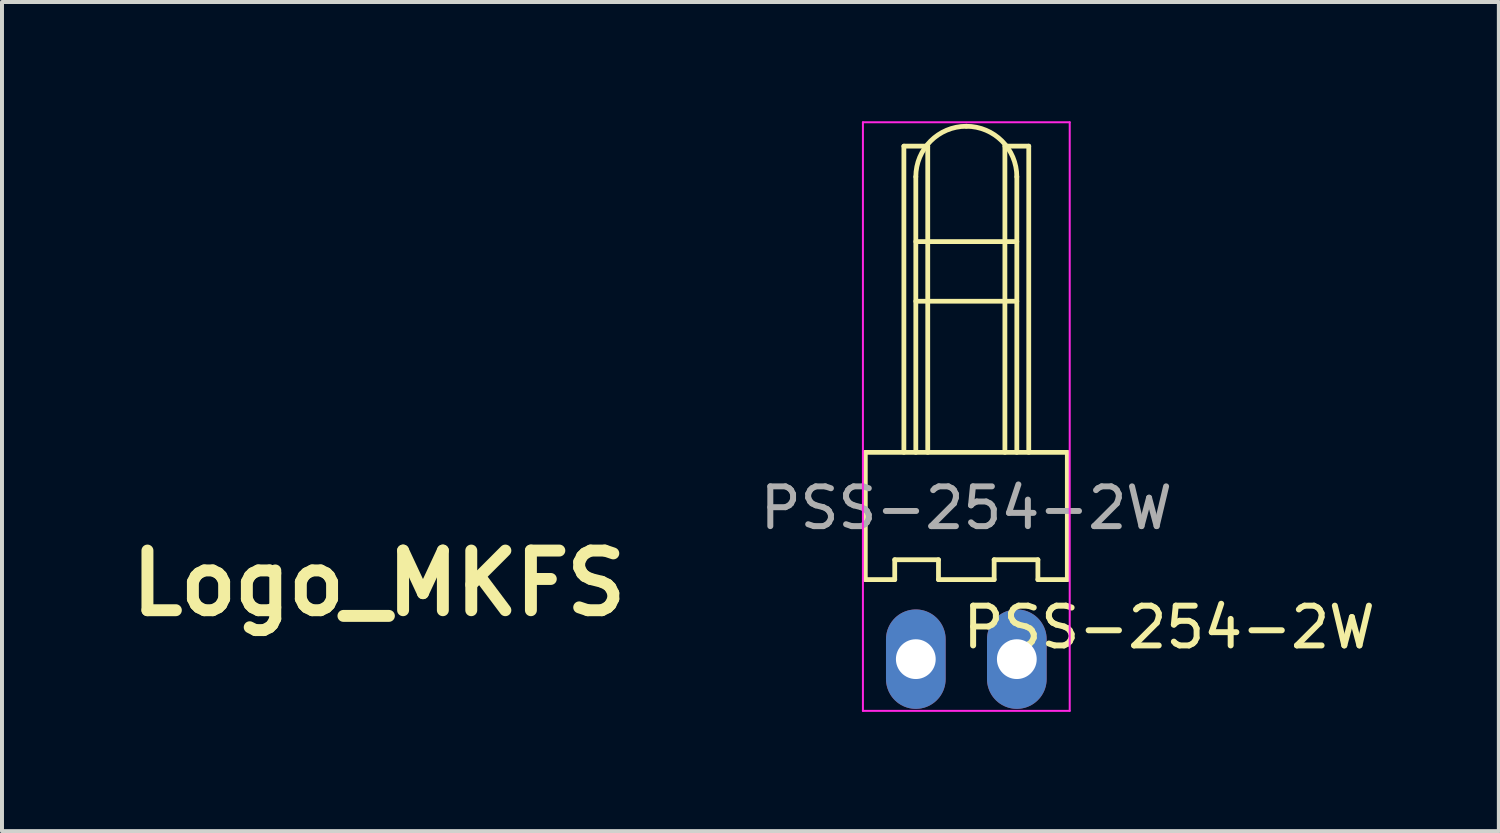
<source format=kicad_pcb>
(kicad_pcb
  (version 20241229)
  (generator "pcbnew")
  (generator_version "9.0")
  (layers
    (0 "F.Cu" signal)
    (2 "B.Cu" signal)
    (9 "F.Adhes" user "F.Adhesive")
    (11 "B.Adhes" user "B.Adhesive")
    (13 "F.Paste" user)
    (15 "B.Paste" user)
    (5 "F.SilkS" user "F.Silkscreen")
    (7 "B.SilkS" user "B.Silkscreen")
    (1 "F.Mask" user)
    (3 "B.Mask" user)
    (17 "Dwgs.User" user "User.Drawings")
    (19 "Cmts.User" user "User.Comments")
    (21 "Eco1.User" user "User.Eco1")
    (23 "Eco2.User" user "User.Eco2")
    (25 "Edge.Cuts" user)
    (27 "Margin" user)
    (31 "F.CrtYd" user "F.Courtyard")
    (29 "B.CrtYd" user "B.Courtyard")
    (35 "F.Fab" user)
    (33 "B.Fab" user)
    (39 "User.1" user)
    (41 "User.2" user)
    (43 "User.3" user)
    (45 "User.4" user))
  (footprint "PSS-254-2W"
    (layer "F.Cu")
    (at 21.249 13.525)
    (property "Reference" "PSS-254-2W" (at 5.1 -0.8 0) (unlocked yes) (layer "F.SilkS") (effects (font (size 1 1) (thickness 0.15))))
    (attr through_hole)
    (fp_line (start -2.54 -5.2) (end 2.54 -5.2) (stroke (width 0.12) (type solid)) (layer "F.SilkS"))
    (fp_line (start -2.54 -2) (end -2.54 -5.2) (stroke (width 0.12) (type solid)) (layer "F.SilkS"))
    (fp_line (start -1.8 -2.5) (end -1.8 -2) (stroke (width 0.12) (type solid)) (layer "F.SilkS"))
    (fp_line (start -1.8 -2) (end -2.54 -2) (stroke (width 0.12) (type solid)) (layer "F.SilkS"))
    (fp_line (start -1.57 -12.9) (end -0.97 -12.9) (stroke (width 0.12) (type solid)) (layer "F.SilkS"))
    (fp_line (start -1.57 -5.2) (end -1.57 -12.9) (stroke (width 0.12) (type solid)) (layer "F.SilkS"))
    (fp_line (start -1.27 -10.5) (end 1.27 -10.5) (stroke (width 0.12) (type solid)) (layer "F.SilkS"))
    (fp_line (start -1.27 -9) (end 1.27 -9) (stroke (width 0.12) (type solid)) (layer "F.SilkS"))
    (fp_line (start -1.27 -5.2) (end -1.27 -12.13) (stroke (width 0.12) (type solid)) (layer "F.SilkS"))
    (fp_line (start -0.97 -12.9) (end -0.97 -5.2) (stroke (width 0.12) (type solid)) (layer "F.SilkS"))
    (fp_line (start -0.7 -2.5) (end -1.8 -2.5) (stroke (width 0.12) (type solid)) (layer "F.SilkS"))
    (fp_line (start -0.7 -2) (end -0.7 -2.5) (stroke (width 0.12) (type solid)) (layer "F.SilkS"))
    (fp_line (start -0.7 -2) (end 0.7 -2) (stroke (width 0.12) (type solid)) (layer "F.SilkS"))
    (fp_line (start 0.7 -2.5) (end 1.8 -2.5) (stroke (width 0.12) (type solid)) (layer "F.SilkS"))
    (fp_line (start 0.7 -2) (end 0.7 -2.5) (stroke (width 0.12) (type solid)) (layer "F.SilkS"))
    (fp_line (start 0.97 -12.9) (end 1.57 -12.9) (stroke (width 0.12) (type solid)) (layer "F.SilkS"))
    (fp_line (start 0.97 -5.2) (end 0.97 -12.9) (stroke (width 0.12) (type solid)) (layer "F.SilkS"))
    (fp_line (start 1.27 -5.2) (end 1.27 -12.13) (stroke (width 0.12) (type solid)) (layer "F.SilkS"))
    (fp_line (start 1.57 -12.9) (end 1.57 -5.2) (stroke (width 0.12) (type solid)) (layer "F.SilkS"))
    (fp_line (start 1.8 -2.5) (end 1.8 -2) (stroke (width 0.12) (type solid)) (layer "F.SilkS"))
    (fp_line (start 2.54 -5.2) (end 2.54 -2) (stroke (width 0.12) (type solid)) (layer "F.SilkS"))
    (fp_line (start 2.54 -2) (end 1.8 -2) (stroke (width 0.12) (type solid)) (layer "F.SilkS"))
    (fp_arc (start -1.27 -12.13) (mid -0.898026 -13.028026) (end 0 -13.4) (stroke (width 0.12) (type solid)) (layer "F.SilkS"))
    (fp_arc (start 0 -13.4) (mid 0.898026 -13.028026) (end 1.27 -12.13) (stroke (width 0.12) (type solid)) (layer "F.SilkS"))
    (fp_line (start -2.6 -13.5) (end 2.6 -13.5) (stroke (width 0.05) (type solid)) (layer "F.CrtYd"))
    (fp_line (start -2.6 1.3) (end -2.6 -13.5) (stroke (width 0.05) (type solid)) (layer "F.CrtYd"))
    (fp_line (start 2.6 -13.5) (end 2.6 1.3) (stroke (width 0.05) (type solid)) (layer "F.CrtYd"))
    (fp_line (start 2.6 1.3) (end -2.6 1.3) (stroke (width 0.05) (type solid)) (layer "F.CrtYd"))
    (fp_text user "${REFERENCE}" (at 0 -3.8 0) (unlocked yes) (layer "F.Fab") (effects (font (size 1 1) (thickness 0.15))))
    (pad "1" thru_hole oval (at -1.27 0 90) (size 2.5 1.5) (drill 1) (layers "*.Cu" "*.Mask"))
    (pad "2" thru_hole oval (at 1.27 0 90) (size 2.5 1.5) (drill 1) (layers "*.Cu" "*.Mask")))
  (footprint "Logo_MKFS"
    (layer "F.Cu")
    (at 6.479 4.716)
    (property "Reference" "Logo_MKFS" (at 0 6.9 0) (layer "F.SilkS") (effects (font (size 1.5 1.5) (thickness 0.3))))
    (attr board_only exclude_from_pos_files exclude_from_bom)
    (fp_poly (pts (xy -1.851 -0.227) (xy -0.292 -0.227) (xy -0.291 0.123) (xy -0.291 0.472) (xy -1.85 0.472) (xy -3.41 0.472) (xy -3.41 0.122) (xy -3.41 -0.228)) (stroke (width 0) (type solid)) (fill yes) (layer "In1.Cu"))
    (fp_poly (pts (xy -0.975 1.363) (xy -0.975 1.713) (xy -1.831 1.713) (xy -2.688 1.713) (xy -2.689 2.346) (xy -2.689 2.98) (xy -3.039 2.981) (xy -3.388 2.982) (xy -3.388 1.997) (xy -3.388 1.013) (xy -2.182 1.013) (xy -0.975 1.013)) (stroke (width 0) (type solid)) (fill yes) (layer "In1.Cu"))
    (fp_poly (pts (xy 0.203 -3.934) (xy 0.539 -3.933) (xy 0.539 -2.33) (xy 0.539 -0.727) (xy 0.189 -0.727) (xy -0.161 -0.727) (xy -0.163 -1.82) (xy -0.164 -2.913) (xy -0.789 -2.288) (xy -1.414 -1.663) (xy -2.04 -2.289) (xy -2.666 -2.914) (xy -2.666 -1.82) (xy -2.666 -0.725) (xy -3.016 -0.725) (xy -3.366 -0.725) (xy -3.366 -2.33) (xy -3.366 -3.935) (xy -3.031 -3.935) (xy -2.696 -3.935) (xy -2.055 -3.294) (xy -1.414 -2.653) (xy -0.774 -3.294) (xy -0.133 -3.935)) (stroke (width 0) (type solid)) (fill yes) (layer "In1.Cu"))
    (fp_poly (pts (xy 2.97 -3.935) (xy 3.023 -3.935) (xy 3.074 -3.935) (xy 3.123 -3.935) (xy 3.169 -3.935) (xy 3.212 -3.934) (xy 3.252 -3.934) (xy 3.288 -3.934) (xy 3.319 -3.934) (xy 3.347 -3.934) (xy 3.369 -3.933) (xy 3.387 -3.933) (xy 3.399 -3.933) (xy 3.406 -3.933) (xy 3.407 -3.933) (xy 3.404 -3.93) (xy 3.398 -3.924) (xy 3.387 -3.913) (xy 3.373 -3.898) (xy 3.355 -3.88) (xy 3.333 -3.858) (xy 3.307 -3.832) (xy 3.278 -3.803) (xy 3.247 -3.771) (xy 3.212 -3.736) (xy 3.174 -3.698) (xy 3.133 -3.657) (xy 3.09 -3.614) (xy 3.045 -3.568) (xy 2.997 -3.521) (xy 2.947 -3.471) (xy 2.895 -3.419) (xy 2.842 -3.365) (xy 2.786 -3.31) (xy 2.73 -3.253) (xy 2.672 -3.195) (xy 2.613 -3.136) (xy 2.607 -3.13) (xy 1.806 -2.33) (xy 2.609 -1.528) (xy 3.411 -0.725) (xy 2.916 -0.725) (xy 2.421 -0.725) (xy 1.619 -1.527) (xy 0.817 -2.328) (xy 1.621 -3.132) (xy 2.424 -3.935) (xy 2.915 -3.935)) (stroke (width 0) (type solid)) (fill yes) (layer "In1.Cu"))
    (fp_poly (pts (xy 4.263 -0.263) (xy 4.263 4.191) (xy 2.456 4.191) (xy 0.649 4.191) (xy 0.642 4.219) (xy 0.631 4.255) (xy 0.617 4.294) (xy 0.599 4.333) (xy 0.58 4.372) (xy 0.566 4.396) (xy 0.536 4.44) (xy 0.501 4.483) (xy 0.461 4.524) (xy 0.419 4.562) (xy 0.374 4.596) (xy 0.335 4.621) (xy 0.281 4.65) (xy 0.223 4.673) (xy 0.163 4.692) (xy 0.102 4.704) (xy 0.04 4.711) (xy -0.022 4.712) (xy -0.066 4.71) (xy -0.115 4.702) (xy -0.167 4.69) (xy -0.206 4.679) (xy -0.262 4.658) (xy -0.314 4.633) (xy -0.363 4.604) (xy -0.409 4.571) (xy -0.453 4.532) (xy -0.47 4.515) (xy -0.512 4.469) (xy -0.548 4.422) (xy -0.58 4.372) (xy -0.606 4.319) (xy -0.613 4.303) (xy -0.62 4.284) (xy -0.628 4.264) (xy -0.634 4.244) (xy -0.64 4.226) (xy -0.644 4.212) (xy -0.646 4.204) (xy -0.648 4.191) (xy -2.455 4.191) (xy -4.263 4.191) (xy -4.263 4.056) (xy -0.281 4.056) (xy -0.28 4.078) (xy -0.278 4.097) (xy -0.277 4.104) (xy -0.266 4.145) (xy -0.249 4.182) (xy -0.227 4.217) (xy -0.2 4.248) (xy -0.169 4.275) (xy -0.134 4.297) (xy -0.118 4.305) (xy -0.08 4.319) (xy -0.04 4.328) (xy 0.001 4.33) (xy 0.042 4.327) (xy 0.068 4.322) (xy 0.107 4.31) (xy 0.143 4.292) (xy 0.176 4.269) (xy 0.205 4.242) (xy 0.231 4.211) (xy 0.251 4.177) (xy 0.267 4.14) (xy 0.276 4.106) (xy 0.279 4.086) (xy 0.281 4.062) (xy 0.281 4.037) (xy 0.28 4.014) (xy 0.277 3.994) (xy 0.277 3.991) (xy 0.265 3.951) (xy 0.248 3.914) (xy 0.226 3.88) (xy 0.2 3.849) (xy 0.168 3.823) (xy 0.133 3.8) (xy 0.094 3.783) (xy 0.076 3.777) (xy 0.064 3.773) (xy 0.054 3.771) (xy 0.043 3.769) (xy 0.031 3.768) (xy 0.015 3.768) (xy 0.002 3.768) (xy -0.02 3.768) (xy -0.037 3.769) (xy -0.05 3.77) (xy -0.062 3.772) (xy -0.067 3.774) (xy -0.107 3.787) (xy -0.144 3.806) (xy -0.178 3.83) (xy -0.208 3.858) (xy -0.234 3.889) (xy -0.254 3.924) (xy -0.27 3.962) (xy -0.273 3.974) (xy -0.277 3.99) (xy -0.279 4.01) (xy -0.28 4.033) (xy -0.281 4.056) (xy -4.263 4.056) (xy -4.263 -0.263) (xy -4.263 -0.264) (xy -3.975 -0.264) (xy -3.975 3.904) (xy -2.312 3.904) (xy -0.648 3.904) (xy -0.645 3.892) (xy -0.642 3.879) (xy -0.637 3.861) (xy -0.63 3.841) (xy -0.622 3.819) (xy -0.614 3.797) (xy -0.605 3.777) (xy -0.598 3.76) (xy -0.597 3.758) (xy -0.567 3.704) (xy -0.531 3.652) (xy -0.491 3.603) (xy -0.447 3.559) (xy -0.399 3.519) (xy -0.349 3.484) (xy -0.304 3.459) (xy -0.254 3.436) (xy -0.202 3.417) (xy -0.149 3.402) (xy -0.12 3.395) (xy -0.105 3.392) (xy -0.093 3.39) (xy -0.081 3.389) (xy -0.069 3.388) (xy -0.055 3.387) (xy -0.038 3.387) (xy -0.016 3.387) (xy 0 3.387) (xy 0.025 3.387) (xy 0.044 3.387) (xy 0.06 3.387) (xy 0.074 3.388) (xy 0.086 3.389) (xy 0.097 3.391) (xy 0.11 3.393) (xy 0.12 3.395) (xy 0.182 3.41) (xy 0.243 3.431) (xy 0.301 3.457) (xy 0.355 3.488) (xy 0.401 3.52) (xy 0.419 3.534) (xy 0.44 3.553) (xy 0.462 3.573) (xy 0.483 3.595) (xy 0.502 3.615) (xy 0.518 3.633) (xy 0.519 3.635) (xy 0.556 3.686) (xy 0.588 3.741) (xy 0.614 3.798) (xy 0.629 3.838) (xy 0.635 3.854) (xy 0.639 3.869) (xy 0.643 3.882) (xy 0.645 3.891) (xy 0.645 3.892) (xy 0.648 3.904) (xy 2.312 3.904) (xy 3.975 3.904) (xy 3.975 -0.264) (xy 3.975 -4.432) (xy 0 -4.432) (xy -3.975 -4.432) (xy -3.975 -0.264) (xy -4.263 -0.264) (xy -4.263 -4.716) (xy 0 -4.716) (xy 4.263 -4.716)) (stroke (width 0) (type solid)) (fill yes) (layer "In1.Cu"))
    (fp_poly (pts (xy 2.063 -0.227) (xy 2.164 -0.227) (xy 3.408 -0.227) (xy 3.408 0.123) (xy 3.408 0.473) (xy 2.171 0.475) (xy 2.083 0.475) (xy 1.997 0.475) (xy 1.912 0.475) (xy 1.83 0.476) (xy 1.75 0.476) (xy 1.672 0.476) (xy 1.597 0.476) (xy 1.525 0.476) (xy 1.456 0.477) (xy 1.39 0.477) (xy 1.327 0.477) (xy 1.268 0.477) (xy 1.213 0.477) (xy 1.163 0.477) (xy 1.116 0.478) (xy 1.074 0.478) (xy 1.037 0.478) (xy 1.005 0.478) (xy 0.978 0.479) (xy 0.956 0.479) (xy 0.94 0.479) (xy 0.929 0.479) (xy 0.925 0.479) (xy 0.925 0.479) (xy 0.918 0.482) (xy 0.908 0.485) (xy 0.897 0.488) (xy 0.858 0.504) (xy 0.823 0.524) (xy 0.791 0.549) (xy 0.764 0.578) (xy 0.74 0.611) (xy 0.722 0.647) (xy 0.709 0.686) (xy 0.708 0.691) (xy 0.704 0.714) (xy 0.702 0.74) (xy 0.703 0.767) (xy 0.705 0.793) (xy 0.709 0.814) (xy 0.723 0.853) (xy 0.741 0.889) (xy 0.765 0.922) (xy 0.793 0.951) (xy 0.826 0.976) (xy 0.862 0.997) (xy 0.902 1.012) (xy 0.927 1.019) (xy 0.93 1.02) (xy 0.936 1.02) (xy 0.946 1.021) (xy 0.959 1.021) (xy 0.975 1.021) (xy 0.995 1.022) (xy 1.019 1.022) (xy 1.048 1.022) (xy 1.08 1.023) (xy 1.117 1.023) (xy 1.158 1.023) (xy 1.205 1.023) (xy 1.256 1.024) (xy 1.312 1.024) (xy 1.374 1.024) (xy 1.441 1.024) (xy 1.513 1.025) (xy 1.592 1.025) (xy 1.676 1.025) (xy 1.73 1.025) (xy 1.813 1.025) (xy 1.891 1.026) (xy 1.962 1.026) (xy 2.029 1.026) (xy 2.089 1.026) (xy 2.145 1.026) (xy 2.196 1.026) (xy 2.242 1.027) (xy 2.284 1.027) (xy 2.322 1.027) (xy 2.356 1.027) (xy 2.386 1.027) (xy 2.413 1.028) (xy 2.437 1.028) (xy 2.457 1.028) (xy 2.475 1.029) (xy 2.49 1.029) (xy 2.504 1.029) (xy 2.515 1.03) (xy 2.524 1.03) (xy 2.532 1.03) (xy 2.538 1.031) (xy 2.544 1.031) (xy 2.548 1.032) (xy 2.552 1.032) (xy 2.632 1.047) (xy 2.708 1.067) (xy 2.78 1.091) (xy 2.849 1.121) (xy 2.915 1.155) (xy 2.979 1.195) (xy 3.041 1.241) (xy 3.059 1.256) (xy 3.08 1.275) (xy 3.103 1.296) (xy 3.126 1.319) (xy 3.149 1.343) (xy 3.17 1.365) (xy 3.188 1.385) (xy 3.197 1.397) (xy 3.243 1.46) (xy 3.284 1.526) (xy 3.319 1.594) (xy 3.349 1.664) (xy 3.372 1.736) (xy 3.39 1.81) (xy 3.403 1.884) (xy 3.409 1.96) (xy 3.409 2.03) (xy 3.403 2.109) (xy 3.391 2.186) (xy 3.374 2.261) (xy 3.35 2.334) (xy 3.321 2.405) (xy 3.286 2.473) (xy 3.246 2.539) (xy 3.2 2.601) (xy 3.149 2.661) (xy 3.121 2.689) (xy 3.064 2.742) (xy 3.004 2.79) (xy 2.941 2.832) (xy 2.876 2.868) (xy 2.807 2.9) (xy 2.735 2.927) (xy 2.659 2.948) (xy 2.579 2.965) (xy 2.539 2.971) (xy 2.536 2.972) (xy 2.532 2.972) (xy 2.527 2.973) (xy 2.522 2.973) (xy 2.515 2.973) (xy 2.508 2.974) (xy 2.499 2.974) (xy 2.488 2.974) (xy 2.475 2.974) (xy 2.461 2.975) (xy 2.444 2.975) (xy 2.425 2.975) (xy 2.404 2.975) (xy 2.379 2.976) (xy 2.352 2.976) (xy 2.322 2.976) (xy 2.289 2.976) (xy 2.252 2.976) (xy 2.211 2.976) (xy 2.167 2.977) (xy 2.118 2.977) (xy 2.066 2.977) (xy 2.009 2.977) (xy 1.947 2.977) (xy 1.881 2.977) (xy 1.81 2.977) (xy 1.734 2.977) (xy 1.652 2.977) (xy 1.565 2.977) (xy 1.473 2.977) (xy 1.374 2.978) (xy 1.269 2.978) (xy 1.252 2.978) (xy 1.144 2.978) (xy 1.042 2.978) (xy 0.945 2.978) (xy 0.855 2.978) (xy 0.77 2.978) (xy 0.69 2.978) (xy 0.616 2.978) (xy 0.547 2.978) (xy 0.483 2.978) (xy 0.423 2.978) (xy 0.369 2.978) (xy 0.319 2.978) (xy 0.273 2.978) (xy 0.231 2.978) (xy 0.194 2.977) (xy 0.16 2.977) (xy 0.13 2.977) (xy 0.104 2.977) (xy 0.081 2.977) (xy 0.062 2.977) (xy 0.045 2.976) (xy 0.031 2.976) (xy 0.02 2.976) (xy 0.012 2.976) (xy 0.006 2.975) (xy 0.003 2.975) (xy 0.001 2.975) (xy 0.001 2.975) (xy 0.001 2.971) (xy 0.001 2.962) (xy 0.001 2.947) (xy 0.001 2.927) (xy 0.001 2.902) (xy 0.001 2.873) (xy 0.001 2.841) (xy 0.001 2.805) (xy 0.001 2.766) (xy 0.001 2.724) (xy 0.001 2.68) (xy 0.001 2.634) (xy 0.001 2.624) (xy 0.002 2.277) (xy 1.239 2.275) (xy 1.344 2.275) (xy 1.443 2.275) (xy 1.535 2.275) (xy 1.622 2.275) (xy 1.704 2.275) (xy 1.78 2.275) (xy 1.851 2.274) (xy 1.918 2.274) (xy 1.979 2.274) (xy 2.036 2.274) (xy 2.088 2.274) (xy 2.136 2.274) (xy 2.18 2.274) (xy 2.22 2.274) (xy 2.257 2.273) (xy 2.29 2.273) (xy 2.32 2.273) (xy 2.347 2.273) (xy 2.37 2.273) (xy 2.391 2.272) (xy 2.41 2.272) (xy 2.426 2.272) (xy 2.439 2.272) (xy 2.451 2.271) (xy 2.461 2.271) (xy 2.469 2.271) (xy 2.476 2.271) (xy 2.482 2.27) (xy 2.486 2.27) (xy 2.49 2.269) (xy 2.493 2.269) (xy 2.495 2.268) (xy 2.497 2.268) (xy 2.497 2.268) (xy 2.513 2.262) (xy 2.532 2.255) (xy 2.552 2.246) (xy 2.57 2.237) (xy 2.586 2.228) (xy 2.589 2.225) (xy 2.619 2.201) (xy 2.646 2.173) (xy 2.669 2.14) (xy 2.687 2.106) (xy 2.7 2.07) (xy 2.704 2.055) (xy 2.706 2.036) (xy 2.708 2.014) (xy 2.707 1.99) (xy 2.706 1.966) (xy 2.703 1.945) (xy 2.701 1.936) (xy 2.687 1.897) (xy 2.668 1.861) (xy 2.645 1.828) (xy 2.616 1.799) (xy 2.584 1.774) (xy 2.547 1.753) (xy 2.507 1.737) (xy 2.496 1.734) (xy 2.471 1.727) (xy 1.681 1.725) (xy 0.892 1.723) (xy 0.849 1.717) (xy 0.776 1.703) (xy 0.707 1.685) (xy 0.641 1.664) (xy 0.578 1.638) (xy 0.517 1.607) (xy 0.456 1.571) (xy 0.436 1.558) (xy 0.374 1.513) (xy 0.315 1.463) (xy 0.261 1.409) (xy 0.211 1.351) (xy 0.166 1.289) (xy 0.126 1.224) (xy 0.091 1.157) (xy 0.062 1.086) (xy 0.038 1.014) (xy 0.02 0.94) (xy 0.019 0.938) (xy 0.007 0.862) (xy 0.001 0.785) (xy 0.001 0.71) (xy 0.007 0.634) (xy 0.019 0.56) (xy 0.037 0.487) (xy 0.06 0.416) (xy 0.089 0.346) (xy 0.123 0.279) (xy 0.163 0.214) (xy 0.208 0.152) (xy 0.258 0.093) (xy 0.286 0.064) (xy 0.344 0.011) (xy 0.405 -0.038) (xy 0.469 -0.081) (xy 0.537 -0.119) (xy 0.607 -0.151) (xy 0.679 -0.178) (xy 0.753 -0.199) (xy 0.825 -0.214) (xy 0.832 -0.215) (xy 0.838 -0.216) (xy 0.844 -0.217) (xy 0.85 -0.218) (xy 0.856 -0.219) (xy 0.862 -0.219) (xy 0.87 -0.22) (xy 0.877 -0.221) (xy 0.886 -0.221) (xy 0.896 -0.222) (xy 0.907 -0.222) (xy 0.92 -0.223) (xy 0.934 -0.223) (xy 0.95 -0.224) (xy 0.969 -0.224) (xy 0.989 -0.225) (xy 1.012 -0.225) (xy 1.038 -0.225) (xy 1.066 -0.225) (xy 1.098 -0.226) (xy 1.133 -0.226) (xy 1.171 -0.226) (xy 1.213 -0.226) (xy 1.258 -0.226) (xy 1.308 -0.226) (xy 1.361 -0.226) (xy 1.419 -0.226) (xy 1.482 -0.227) (xy 1.549 -0.227) (xy 1.622 -0.227) (xy 1.699 -0.227) (xy 1.782 -0.227) (xy 1.87 -0.227) (xy 1.964 -0.227)) (stroke (width 0) (type solid)) (fill yes) (layer "In1.Cu")))
  (gr_rect
    (start -3 -3)
    (end 34.64 17.85)
    (stroke (width 0.1) (type default))
    (fill no)
    (layer "Edge.Cuts")))
</source>
